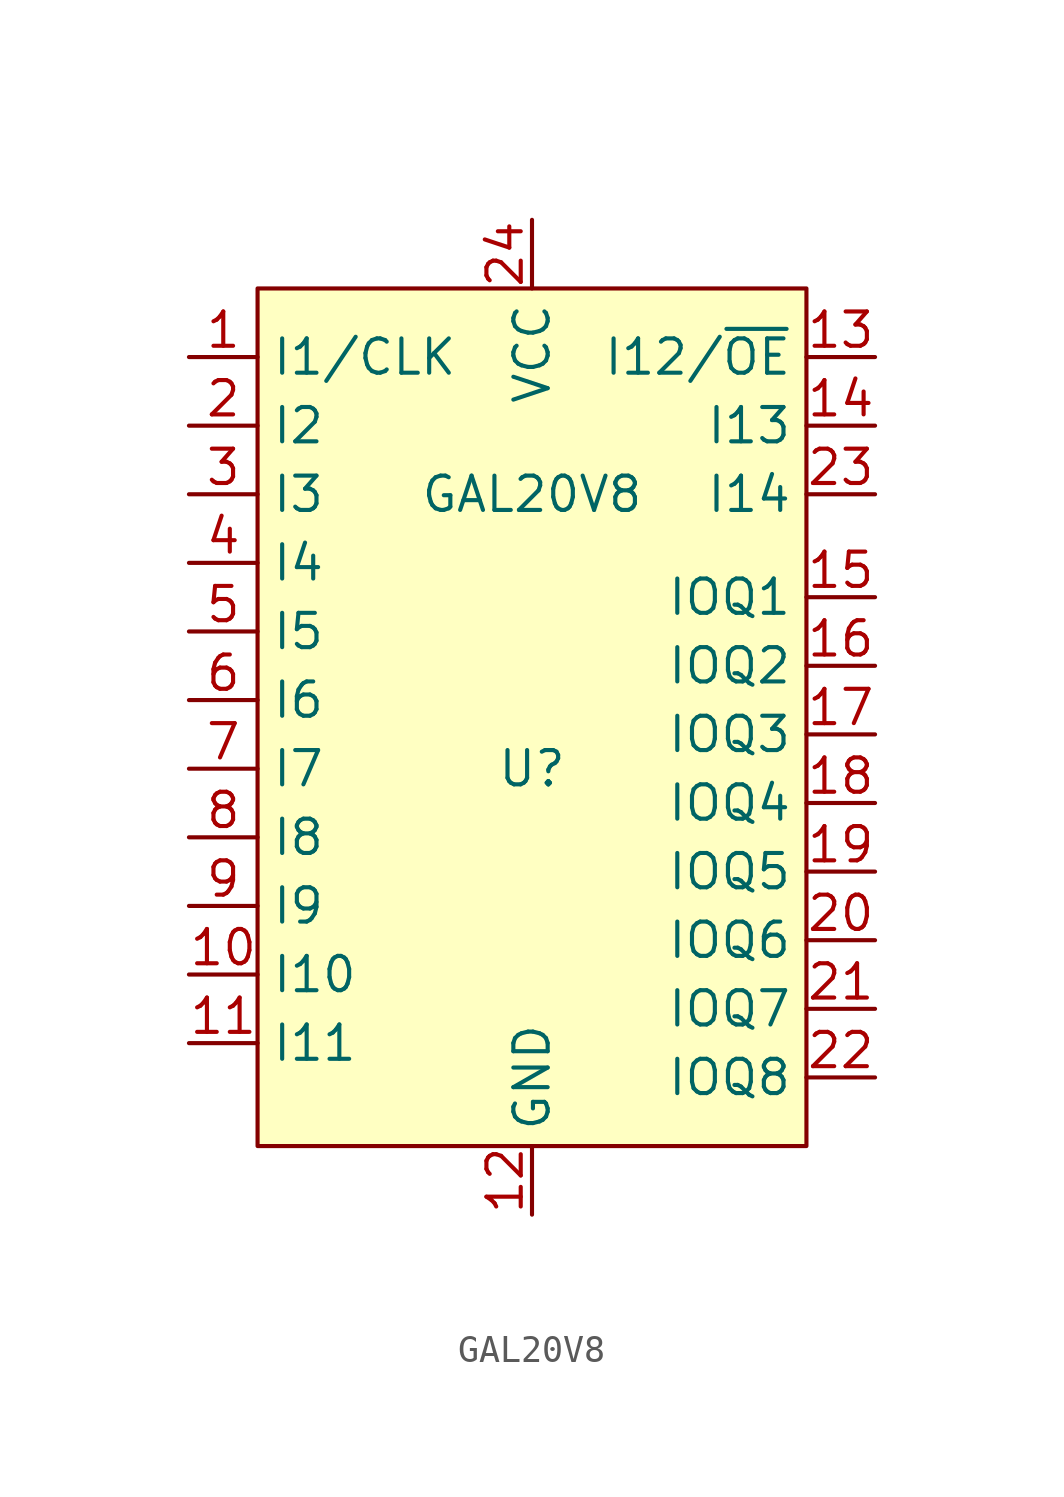
<source format=kicad_sym>
(kicad_symbol_lib
  (version 20211014)
  (generator kicad_symbol_editor)
  (symbol "GAL20V8"
    (property "Reference" "U"
      (at -5.08 -5.08 0)
      (effects (font (size 1.27 1.27))))
    (property "Value" "GAL20V8"
      (at -5.08 5.08 0)
      (effects (font (size 1.27 1.27))))
    (symbol "GAL20V8_0_1"
      (rectangle (start -15.24 12.7) (end 5.08 -19.05) (stroke (width 0) (type default) (color 0 0 0 0)) (fill (type background))))
    (symbol "GAL20V8_1_1"
      (pin input line (at -17.78 10.16 0) (length 2.54) (name "I1/CLK" (effects (font (size 1.27 1.27)))) (number "1" (effects (font (size 1.27 1.27)))) (alternate "CLK" input line))
      (pin input line (at -17.78 -12.7 0) (length 2.54) (name "I10" (effects (font (size 1.27 1.27)))) (number "10" (effects (font (size 1.27 1.27)))))
      (pin input line (at -17.78 -15.24 0) (length 2.54) (name "I11" (effects (font (size 1.27 1.27)))) (number "11" (effects (font (size 1.27 1.27)))))
      (pin power_in line (at -5.08 -21.59 90) (length 2.54) (name "GND" (effects (font (size 1.27 1.27)))) (number "12" (effects (font (size 1.27 1.27)))))
      (pin input line (at 7.62 10.16 180) (length 2.54) (name "I12/~{OE}" (effects (font (size 1.27 1.27)))) (number "13" (effects (font (size 1.27 1.27)))) (alternate "/OE" input line))
      (pin input line (at 7.62 7.62 180) (length 2.54) (name "I13" (effects (font (size 1.27 1.27)))) (number "14" (effects (font (size 1.27 1.27)))))
      (pin tri_state line (at 7.62 1.27 180) (length 2.54) (name "IOQ1" (effects (font (size 1.27 1.27)))) (number "15" (effects (font (size 1.27 1.27)))))
      (pin tri_state line (at 7.62 -1.27 180) (length 2.54) (name "IOQ2" (effects (font (size 1.27 1.27)))) (number "16" (effects (font (size 1.27 1.27)))))
      (pin tri_state line (at 7.62 -3.81 180) (length 2.54) (name "IOQ3" (effects (font (size 1.27 1.27)))) (number "17" (effects (font (size 1.27 1.27)))))
      (pin tri_state line (at 7.62 -6.35 180) (length 2.54) (name "IOQ4" (effects (font (size 1.27 1.27)))) (number "18" (effects (font (size 1.27 1.27)))))
      (pin tri_state line (at 7.62 -8.89 180) (length 2.54) (name "IOQ5" (effects (font (size 1.27 1.27)))) (number "19" (effects (font (size 1.27 1.27)))))
      (pin input line (at -17.78 7.62 0) (length 2.54) (name "I2" (effects (font (size 1.27 1.27)))) (number "2" (effects (font (size 1.27 1.27)))))
      (pin tri_state line (at 7.62 -11.43 180) (length 2.54) (name "IOQ6" (effects (font (size 1.27 1.27)))) (number "20" (effects (font (size 1.27 1.27)))))
      (pin tri_state line (at 7.62 -13.97 180) (length 2.54) (name "IOQ7" (effects (font (size 1.27 1.27)))) (number "21" (effects (font (size 1.27 1.27)))))
      (pin tri_state line (at 7.62 -16.51 180) (length 2.54) (name "IOQ8" (effects (font (size 1.27 1.27)))) (number "22" (effects (font (size 1.27 1.27)))))
      (pin input line (at 7.62 5.08 180) (length 2.54) (name "I14" (effects (font (size 1.27 1.27)))) (number "23" (effects (font (size 1.27 1.27)))))
      (pin power_in line (at -5.08 15.24 270) (length 2.54) (name "VCC" (effects (font (size 1.27 1.27)))) (number "24" (effects (font (size 1.27 1.27)))))
      (pin input line (at -17.78 5.08 0) (length 2.54) (name "I3" (effects (font (size 1.27 1.27)))) (number "3" (effects (font (size 1.27 1.27)))))
      (pin input line (at -17.78 2.54 0) (length 2.54) (name "I4" (effects (font (size 1.27 1.27)))) (number "4" (effects (font (size 1.27 1.27)))))
      (pin input line (at -17.78 0 0) (length 2.54) (name "I5" (effects (font (size 1.27 1.27)))) (number "5" (effects (font (size 1.27 1.27)))))
      (pin input line (at -17.78 -2.54 0) (length 2.54) (name "I6" (effects (font (size 1.27 1.27)))) (number "6" (effects (font (size 1.27 1.27)))))
      (pin input line (at -17.78 -5.08 0) (length 2.54) (name "I7" (effects (font (size 1.27 1.27)))) (number "7" (effects (font (size 1.27 1.27)))))
      (pin input line (at -17.78 -7.62 0) (length 2.54) (name "I8" (effects (font (size 1.27 1.27)))) (number "8" (effects (font (size 1.27 1.27)))))
      (pin input line (at -17.78 -10.16 0) (length 2.54) (name "I9" (effects (font (size 1.27 1.27)))) (number "9" (effects (font (size 1.27 1.27))))))))
</source>
